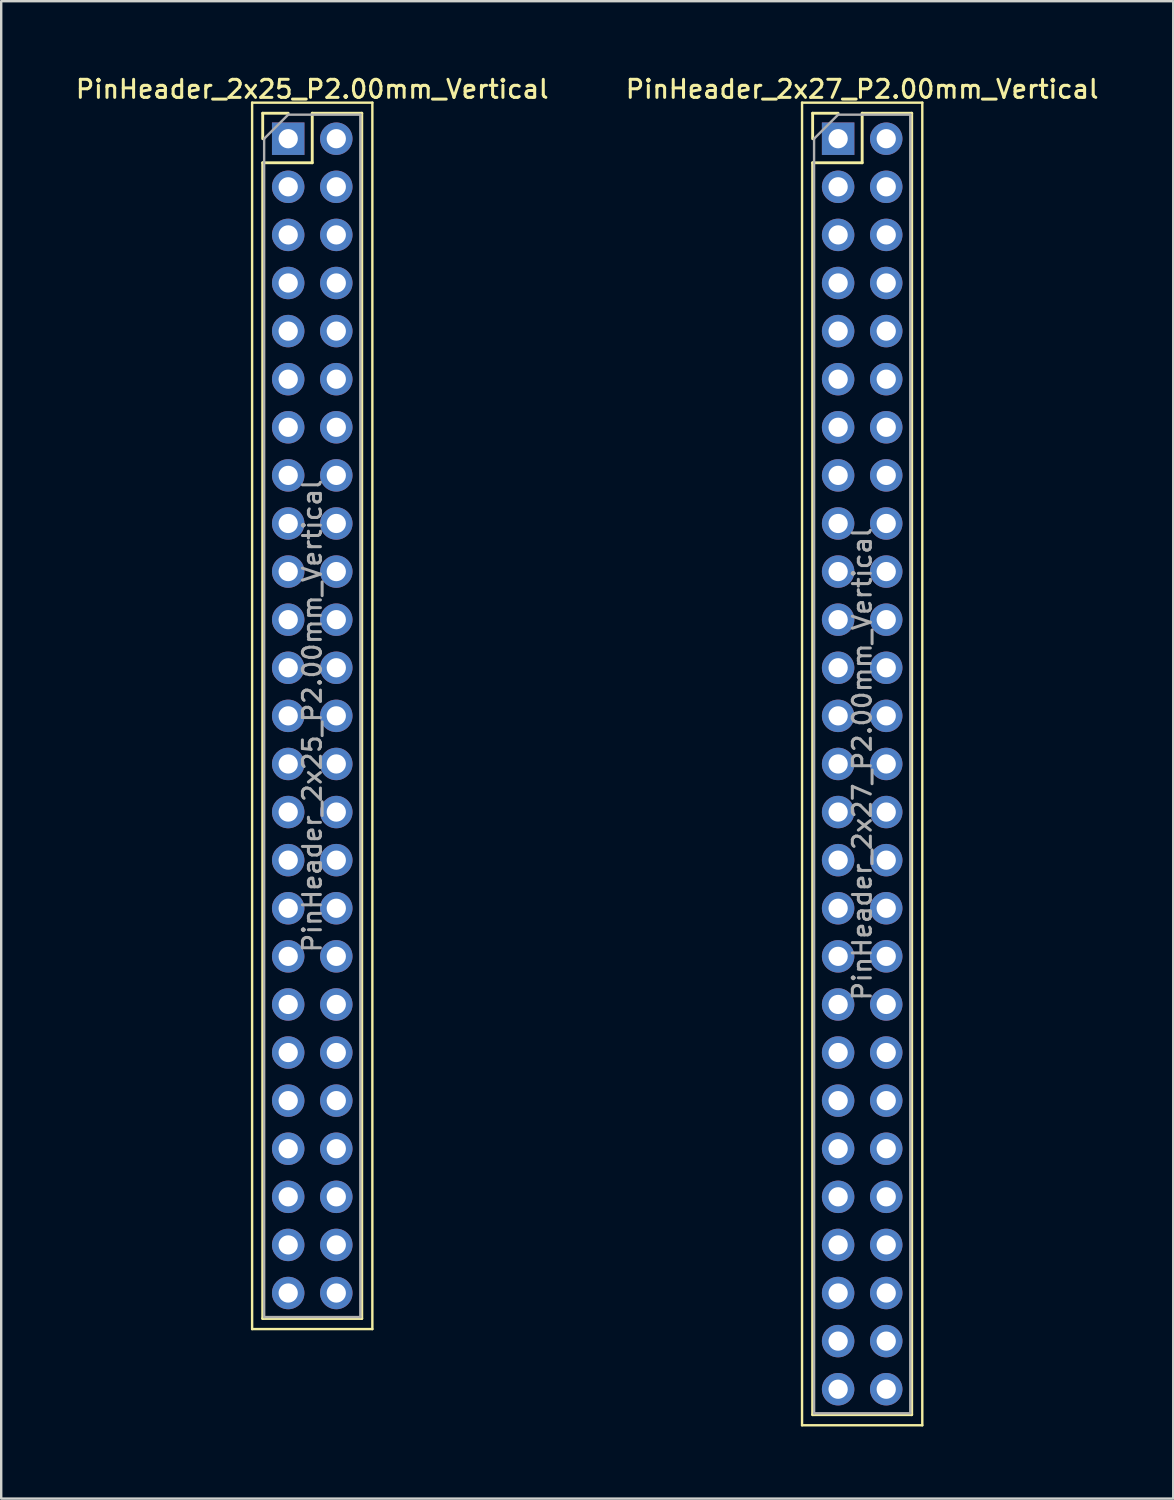
<source format=kicad_pcb>
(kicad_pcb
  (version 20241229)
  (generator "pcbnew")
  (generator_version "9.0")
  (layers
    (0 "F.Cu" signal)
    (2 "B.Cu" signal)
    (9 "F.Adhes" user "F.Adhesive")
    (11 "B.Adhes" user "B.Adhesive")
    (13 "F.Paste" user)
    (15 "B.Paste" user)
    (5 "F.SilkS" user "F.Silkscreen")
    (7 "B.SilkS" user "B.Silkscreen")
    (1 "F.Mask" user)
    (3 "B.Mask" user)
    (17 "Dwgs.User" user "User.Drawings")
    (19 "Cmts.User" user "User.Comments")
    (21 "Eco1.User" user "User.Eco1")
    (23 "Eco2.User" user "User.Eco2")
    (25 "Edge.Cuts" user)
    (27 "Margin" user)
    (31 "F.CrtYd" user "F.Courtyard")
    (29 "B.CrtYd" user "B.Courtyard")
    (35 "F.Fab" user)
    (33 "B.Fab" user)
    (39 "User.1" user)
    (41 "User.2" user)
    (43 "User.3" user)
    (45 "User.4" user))
  (footprint "PinHeader_2x25_P2.00mm_Vertical"
    (layer "F.Cu")
    (at 8.934 2.718)
    (property "Reference" "PinHeader_2x25_P2.00mm_Vertical" (at 1 -2.06 0) (layer "F.SilkS") (effects (font (size 0.75 0.75) (thickness 0.125))))
    (attr through_hole)
    (fp_line (start -1.5 -1.5) (end -1.5 49.5) (stroke (width 0.1) (type solid)) (layer "F.SilkS"))
    (fp_line (start -1.5 49.5) (end 3.5 49.5) (stroke (width 0.1) (type solid)) (layer "F.SilkS"))
    (fp_line (start -1.06 -1.06) (end 0 -1.06) (stroke (width 0.12) (type solid)) (layer "F.SilkS"))
    (fp_line (start -1.06 0) (end -1.06 -1.06) (stroke (width 0.12) (type solid)) (layer "F.SilkS"))
    (fp_line (start -1.06 1) (end -1.06 49.06) (stroke (width 0.12) (type solid)) (layer "F.SilkS"))
    (fp_line (start -1.06 1) (end 1 1) (stroke (width 0.12) (type solid)) (layer "F.SilkS"))
    (fp_line (start -1.06 49.06) (end 3.06 49.06) (stroke (width 0.12) (type solid)) (layer "F.SilkS"))
    (fp_line (start 1 -1.06) (end 3.06 -1.06) (stroke (width 0.12) (type solid)) (layer "F.SilkS"))
    (fp_line (start 1 1) (end 1 -1.06) (stroke (width 0.12) (type solid)) (layer "F.SilkS"))
    (fp_line (start 3.06 -1.06) (end 3.06 49.06) (stroke (width 0.12) (type solid)) (layer "F.SilkS"))
    (fp_line (start 3.5 -1.5) (end -1.5 -1.5) (stroke (width 0.1) (type solid)) (layer "F.SilkS"))
    (fp_line (start 3.5 49.5) (end 3.5 -1.5) (stroke (width 0.1) (type solid)) (layer "F.SilkS"))
    (fp_line (start -1 0) (end 0 -1) (stroke (width 0.1) (type solid)) (layer "F.Fab"))
    (fp_line (start -1 49) (end -1 0) (stroke (width 0.1) (type solid)) (layer "F.Fab"))
    (fp_line (start 0 -1) (end 3 -1) (stroke (width 0.1) (type solid)) (layer "F.Fab"))
    (fp_line (start 3 -1) (end 3 49) (stroke (width 0.1) (type solid)) (layer "F.Fab"))
    (fp_line (start 3 49) (end -1 49) (stroke (width 0.1) (type solid)) (layer "F.Fab"))
    (fp_text user "${REFERENCE}" (at 1 24 90) (layer "F.Fab") (effects (font (size 0.75 0.75) (thickness 0.125))))
    (pad "1" thru_hole rect (at 0 0) (size 1.35 1.35) (drill 0.8) (layers "*.Cu" "*.Mask"))
    (pad "2" thru_hole oval (at 2 0) (size 1.35 1.35) (drill 0.8) (layers "*.Cu" "*.Mask"))
    (pad "3" thru_hole oval (at 0 2) (size 1.35 1.35) (drill 0.8) (layers "*.Cu" "*.Mask"))
    (pad "4" thru_hole oval (at 2 2) (size 1.35 1.35) (drill 0.8) (layers "*.Cu" "*.Mask"))
    (pad "5" thru_hole oval (at 0 4) (size 1.35 1.35) (drill 0.8) (layers "*.Cu" "*.Mask"))
    (pad "6" thru_hole oval (at 2 4) (size 1.35 1.35) (drill 0.8) (layers "*.Cu" "*.Mask"))
    (pad "7" thru_hole oval (at 0 6) (size 1.35 1.35) (drill 0.8) (layers "*.Cu" "*.Mask"))
    (pad "8" thru_hole oval (at 2 6) (size 1.35 1.35) (drill 0.8) (layers "*.Cu" "*.Mask"))
    (pad "9" thru_hole oval (at 0 8) (size 1.35 1.35) (drill 0.8) (layers "*.Cu" "*.Mask"))
    (pad "10" thru_hole oval (at 2 8) (size 1.35 1.35) (drill 0.8) (layers "*.Cu" "*.Mask"))
    (pad "11" thru_hole oval (at 0 10) (size 1.35 1.35) (drill 0.8) (layers "*.Cu" "*.Mask"))
    (pad "12" thru_hole oval (at 2 10) (size 1.35 1.35) (drill 0.8) (layers "*.Cu" "*.Mask"))
    (pad "13" thru_hole oval (at 0 12) (size 1.35 1.35) (drill 0.8) (layers "*.Cu" "*.Mask"))
    (pad "14" thru_hole oval (at 2 12) (size 1.35 1.35) (drill 0.8) (layers "*.Cu" "*.Mask"))
    (pad "15" thru_hole oval (at 0 14) (size 1.35 1.35) (drill 0.8) (layers "*.Cu" "*.Mask"))
    (pad "16" thru_hole oval (at 2 14) (size 1.35 1.35) (drill 0.8) (layers "*.Cu" "*.Mask"))
    (pad "17" thru_hole oval (at 0 16) (size 1.35 1.35) (drill 0.8) (layers "*.Cu" "*.Mask"))
    (pad "18" thru_hole oval (at 2 16) (size 1.35 1.35) (drill 0.8) (layers "*.Cu" "*.Mask"))
    (pad "19" thru_hole oval (at 0 18) (size 1.35 1.35) (drill 0.8) (layers "*.Cu" "*.Mask"))
    (pad "20" thru_hole oval (at 2 18) (size 1.35 1.35) (drill 0.8) (layers "*.Cu" "*.Mask"))
    (pad "21" thru_hole oval (at 0 20) (size 1.35 1.35) (drill 0.8) (layers "*.Cu" "*.Mask"))
    (pad "22" thru_hole oval (at 2 20) (size 1.35 1.35) (drill 0.8) (layers "*.Cu" "*.Mask"))
    (pad "23" thru_hole oval (at 0 22) (size 1.35 1.35) (drill 0.8) (layers "*.Cu" "*.Mask"))
    (pad "24" thru_hole oval (at 2 22) (size 1.35 1.35) (drill 0.8) (layers "*.Cu" "*.Mask"))
    (pad "25" thru_hole oval (at 0 24) (size 1.35 1.35) (drill 0.8) (layers "*.Cu" "*.Mask"))
    (pad "26" thru_hole oval (at 2 24) (size 1.35 1.35) (drill 0.8) (layers "*.Cu" "*.Mask"))
    (pad "27" thru_hole oval (at 0 26) (size 1.35 1.35) (drill 0.8) (layers "*.Cu" "*.Mask"))
    (pad "28" thru_hole oval (at 2 26) (size 1.35 1.35) (drill 0.8) (layers "*.Cu" "*.Mask"))
    (pad "29" thru_hole oval (at 0 28) (size 1.35 1.35) (drill 0.8) (layers "*.Cu" "*.Mask"))
    (pad "30" thru_hole oval (at 2 28) (size 1.35 1.35) (drill 0.8) (layers "*.Cu" "*.Mask"))
    (pad "31" thru_hole oval (at 0 30) (size 1.35 1.35) (drill 0.8) (layers "*.Cu" "*.Mask"))
    (pad "32" thru_hole oval (at 2 30) (size 1.35 1.35) (drill 0.8) (layers "*.Cu" "*.Mask"))
    (pad "33" thru_hole oval (at 0 32) (size 1.35 1.35) (drill 0.8) (layers "*.Cu" "*.Mask"))
    (pad "34" thru_hole oval (at 2 32) (size 1.35 1.35) (drill 0.8) (layers "*.Cu" "*.Mask"))
    (pad "35" thru_hole oval (at 0 34) (size 1.35 1.35) (drill 0.8) (layers "*.Cu" "*.Mask"))
    (pad "36" thru_hole oval (at 2 34) (size 1.35 1.35) (drill 0.8) (layers "*.Cu" "*.Mask"))
    (pad "37" thru_hole oval (at 0 36) (size 1.35 1.35) (drill 0.8) (layers "*.Cu" "*.Mask"))
    (pad "38" thru_hole oval (at 2 36) (size 1.35 1.35) (drill 0.8) (layers "*.Cu" "*.Mask"))
    (pad "39" thru_hole oval (at 0 38) (size 1.35 1.35) (drill 0.8) (layers "*.Cu" "*.Mask"))
    (pad "40" thru_hole oval (at 2 38) (size 1.35 1.35) (drill 0.8) (layers "*.Cu" "*.Mask"))
    (pad "41" thru_hole oval (at 0 40) (size 1.35 1.35) (drill 0.8) (layers "*.Cu" "*.Mask"))
    (pad "42" thru_hole oval (at 2 40) (size 1.35 1.35) (drill 0.8) (layers "*.Cu" "*.Mask"))
    (pad "43" thru_hole oval (at 0 42) (size 1.35 1.35) (drill 0.8) (layers "*.Cu" "*.Mask"))
    (pad "44" thru_hole oval (at 2 42) (size 1.35 1.35) (drill 0.8) (layers "*.Cu" "*.Mask"))
    (pad "45" thru_hole oval (at 0 44) (size 1.35 1.35) (drill 0.8) (layers "*.Cu" "*.Mask"))
    (pad "46" thru_hole oval (at 2 44) (size 1.35 1.35) (drill 0.8) (layers "*.Cu" "*.Mask"))
    (pad "47" thru_hole oval (at 0 46) (size 1.35 1.35) (drill 0.8) (layers "*.Cu" "*.Mask"))
    (pad "48" thru_hole oval (at 2 46) (size 1.35 1.35) (drill 0.8) (layers "*.Cu" "*.Mask"))
    (pad "49" thru_hole oval (at 0 48) (size 1.35 1.35) (drill 0.8) (layers "*.Cu" "*.Mask"))
    (pad "50" thru_hole oval (at 2 48) (size 1.35 1.35) (drill 0.8) (layers "*.Cu" "*.Mask")))
  (footprint "PinHeader_2x27_P2.00mm_Vertical"
    (layer "F.Cu")
    (at 31.802 2.718)
    (property "Reference" "PinHeader_2x27_P2.00mm_Vertical" (at 1 -2.06 0) (layer "F.SilkS") (effects (font (size 0.75 0.75) (thickness 0.125))))
    (attr through_hole)
    (fp_line (start -1.5 -1.5) (end -1.5 53.5) (stroke (width 0.1) (type solid)) (layer "F.SilkS"))
    (fp_line (start -1.5 53.5) (end 3.5 53.5) (stroke (width 0.1) (type solid)) (layer "F.SilkS"))
    (fp_line (start -1.06 -1.06) (end 0 -1.06) (stroke (width 0.12) (type solid)) (layer "F.SilkS"))
    (fp_line (start -1.06 0) (end -1.06 -1.06) (stroke (width 0.12) (type solid)) (layer "F.SilkS"))
    (fp_line (start -1.06 1) (end -1.06 53.06) (stroke (width 0.12) (type solid)) (layer "F.SilkS"))
    (fp_line (start -1.06 1) (end 1 1) (stroke (width 0.12) (type solid)) (layer "F.SilkS"))
    (fp_line (start -1.06 53.06) (end 3.06 53.06) (stroke (width 0.12) (type solid)) (layer "F.SilkS"))
    (fp_line (start 1 -1.06) (end 3.06 -1.06) (stroke (width 0.12) (type solid)) (layer "F.SilkS"))
    (fp_line (start 1 1) (end 1 -1.06) (stroke (width 0.12) (type solid)) (layer "F.SilkS"))
    (fp_line (start 3.06 -1.06) (end 3.06 53.06) (stroke (width 0.12) (type solid)) (layer "F.SilkS"))
    (fp_line (start 3.5 -1.5) (end -1.5 -1.5) (stroke (width 0.1) (type solid)) (layer "F.SilkS"))
    (fp_line (start 3.5 53.5) (end 3.5 -1.5) (stroke (width 0.1) (type solid)) (layer "F.SilkS"))
    (fp_line (start -1 0) (end 0 -1) (stroke (width 0.1) (type solid)) (layer "F.Fab"))
    (fp_line (start -1 53) (end -1 0) (stroke (width 0.1) (type solid)) (layer "F.Fab"))
    (fp_line (start 0 -1) (end 3 -1) (stroke (width 0.1) (type solid)) (layer "F.Fab"))
    (fp_line (start 3 -1) (end 3 53) (stroke (width 0.1) (type solid)) (layer "F.Fab"))
    (fp_line (start 3 53) (end -1 53) (stroke (width 0.1) (type solid)) (layer "F.Fab"))
    (fp_text user "${REFERENCE}" (at 1 26 90) (layer "F.Fab") (effects (font (size 0.75 0.75) (thickness 0.125))))
    (pad "1" thru_hole rect (at 0 0) (size 1.35 1.35) (drill 0.8) (layers "*.Cu" "*.Mask"))
    (pad "2" thru_hole oval (at 2 0) (size 1.35 1.35) (drill 0.8) (layers "*.Cu" "*.Mask"))
    (pad "3" thru_hole oval (at 0 2) (size 1.35 1.35) (drill 0.8) (layers "*.Cu" "*.Mask"))
    (pad "4" thru_hole oval (at 2 2) (size 1.35 1.35) (drill 0.8) (layers "*.Cu" "*.Mask"))
    (pad "5" thru_hole oval (at 0 4) (size 1.35 1.35) (drill 0.8) (layers "*.Cu" "*.Mask"))
    (pad "6" thru_hole oval (at 2 4) (size 1.35 1.35) (drill 0.8) (layers "*.Cu" "*.Mask"))
    (pad "7" thru_hole oval (at 0 6) (size 1.35 1.35) (drill 0.8) (layers "*.Cu" "*.Mask"))
    (pad "8" thru_hole oval (at 2 6) (size 1.35 1.35) (drill 0.8) (layers "*.Cu" "*.Mask"))
    (pad "9" thru_hole oval (at 0 8) (size 1.35 1.35) (drill 0.8) (layers "*.Cu" "*.Mask"))
    (pad "10" thru_hole oval (at 2 8) (size 1.35 1.35) (drill 0.8) (layers "*.Cu" "*.Mask"))
    (pad "11" thru_hole oval (at 0 10) (size 1.35 1.35) (drill 0.8) (layers "*.Cu" "*.Mask"))
    (pad "12" thru_hole oval (at 2 10) (size 1.35 1.35) (drill 0.8) (layers "*.Cu" "*.Mask"))
    (pad "13" thru_hole oval (at 0 12) (size 1.35 1.35) (drill 0.8) (layers "*.Cu" "*.Mask"))
    (pad "14" thru_hole oval (at 2 12) (size 1.35 1.35) (drill 0.8) (layers "*.Cu" "*.Mask"))
    (pad "15" thru_hole oval (at 0 14) (size 1.35 1.35) (drill 0.8) (layers "*.Cu" "*.Mask"))
    (pad "16" thru_hole oval (at 2 14) (size 1.35 1.35) (drill 0.8) (layers "*.Cu" "*.Mask"))
    (pad "17" thru_hole oval (at 0 16) (size 1.35 1.35) (drill 0.8) (layers "*.Cu" "*.Mask"))
    (pad "18" thru_hole oval (at 2 16) (size 1.35 1.35) (drill 0.8) (layers "*.Cu" "*.Mask"))
    (pad "19" thru_hole oval (at 0 18) (size 1.35 1.35) (drill 0.8) (layers "*.Cu" "*.Mask"))
    (pad "20" thru_hole oval (at 2 18) (size 1.35 1.35) (drill 0.8) (layers "*.Cu" "*.Mask"))
    (pad "21" thru_hole oval (at 0 20) (size 1.35 1.35) (drill 0.8) (layers "*.Cu" "*.Mask"))
    (pad "22" thru_hole oval (at 2 20) (size 1.35 1.35) (drill 0.8) (layers "*.Cu" "*.Mask"))
    (pad "23" thru_hole oval (at 0 22) (size 1.35 1.35) (drill 0.8) (layers "*.Cu" "*.Mask"))
    (pad "24" thru_hole oval (at 2 22) (size 1.35 1.35) (drill 0.8) (layers "*.Cu" "*.Mask"))
    (pad "25" thru_hole oval (at 0 24) (size 1.35 1.35) (drill 0.8) (layers "*.Cu" "*.Mask"))
    (pad "26" thru_hole oval (at 2 24) (size 1.35 1.35) (drill 0.8) (layers "*.Cu" "*.Mask"))
    (pad "27" thru_hole oval (at 0 26) (size 1.35 1.35) (drill 0.8) (layers "*.Cu" "*.Mask"))
    (pad "28" thru_hole oval (at 2 26) (size 1.35 1.35) (drill 0.8) (layers "*.Cu" "*.Mask"))
    (pad "29" thru_hole oval (at 0 28) (size 1.35 1.35) (drill 0.8) (layers "*.Cu" "*.Mask"))
    (pad "30" thru_hole oval (at 2 28) (size 1.35 1.35) (drill 0.8) (layers "*.Cu" "*.Mask"))
    (pad "31" thru_hole oval (at 0 30) (size 1.35 1.35) (drill 0.8) (layers "*.Cu" "*.Mask"))
    (pad "32" thru_hole oval (at 2 30) (size 1.35 1.35) (drill 0.8) (layers "*.Cu" "*.Mask"))
    (pad "33" thru_hole oval (at 0 32) (size 1.35 1.35) (drill 0.8) (layers "*.Cu" "*.Mask"))
    (pad "34" thru_hole oval (at 2 32) (size 1.35 1.35) (drill 0.8) (layers "*.Cu" "*.Mask"))
    (pad "35" thru_hole oval (at 0 34) (size 1.35 1.35) (drill 0.8) (layers "*.Cu" "*.Mask"))
    (pad "36" thru_hole oval (at 2 34) (size 1.35 1.35) (drill 0.8) (layers "*.Cu" "*.Mask"))
    (pad "37" thru_hole oval (at 0 36) (size 1.35 1.35) (drill 0.8) (layers "*.Cu" "*.Mask"))
    (pad "38" thru_hole oval (at 2 36) (size 1.35 1.35) (drill 0.8) (layers "*.Cu" "*.Mask"))
    (pad "39" thru_hole oval (at 0 38) (size 1.35 1.35) (drill 0.8) (layers "*.Cu" "*.Mask"))
    (pad "40" thru_hole oval (at 2 38) (size 1.35 1.35) (drill 0.8) (layers "*.Cu" "*.Mask"))
    (pad "41" thru_hole oval (at 0 40) (size 1.35 1.35) (drill 0.8) (layers "*.Cu" "*.Mask"))
    (pad "42" thru_hole oval (at 2 40) (size 1.35 1.35) (drill 0.8) (layers "*.Cu" "*.Mask"))
    (pad "43" thru_hole oval (at 0 42) (size 1.35 1.35) (drill 0.8) (layers "*.Cu" "*.Mask"))
    (pad "44" thru_hole oval (at 2 42) (size 1.35 1.35) (drill 0.8) (layers "*.Cu" "*.Mask"))
    (pad "45" thru_hole oval (at 0 44) (size 1.35 1.35) (drill 0.8) (layers "*.Cu" "*.Mask"))
    (pad "46" thru_hole oval (at 2 44) (size 1.35 1.35) (drill 0.8) (layers "*.Cu" "*.Mask"))
    (pad "47" thru_hole oval (at 0 46) (size 1.35 1.35) (drill 0.8) (layers "*.Cu" "*.Mask"))
    (pad "48" thru_hole oval (at 2 46) (size 1.35 1.35) (drill 0.8) (layers "*.Cu" "*.Mask"))
    (pad "49" thru_hole oval (at 0 48) (size 1.35 1.35) (drill 0.8) (layers "*.Cu" "*.Mask"))
    (pad "50" thru_hole oval (at 2 48) (size 1.35 1.35) (drill 0.8) (layers "*.Cu" "*.Mask"))
    (pad "51" thru_hole oval (at 0 50) (size 1.35 1.35) (drill 0.8) (layers "*.Cu" "*.Mask"))
    (pad "52" thru_hole oval (at 2 50) (size 1.35 1.35) (drill 0.8) (layers "*.Cu" "*.Mask"))
    (pad "53" thru_hole oval (at 0 52) (size 1.35 1.35) (drill 0.8) (layers "*.Cu" "*.Mask"))
    (pad "54" thru_hole oval (at 2 52) (size 1.35 1.35) (drill 0.8) (layers "*.Cu" "*.Mask")))
  (gr_rect
    (start -3 -3)
    (end 45.736 59.268)
    (stroke (width 0.1) (type default))
    (fill no)
    (layer "Edge.Cuts")))
</source>
